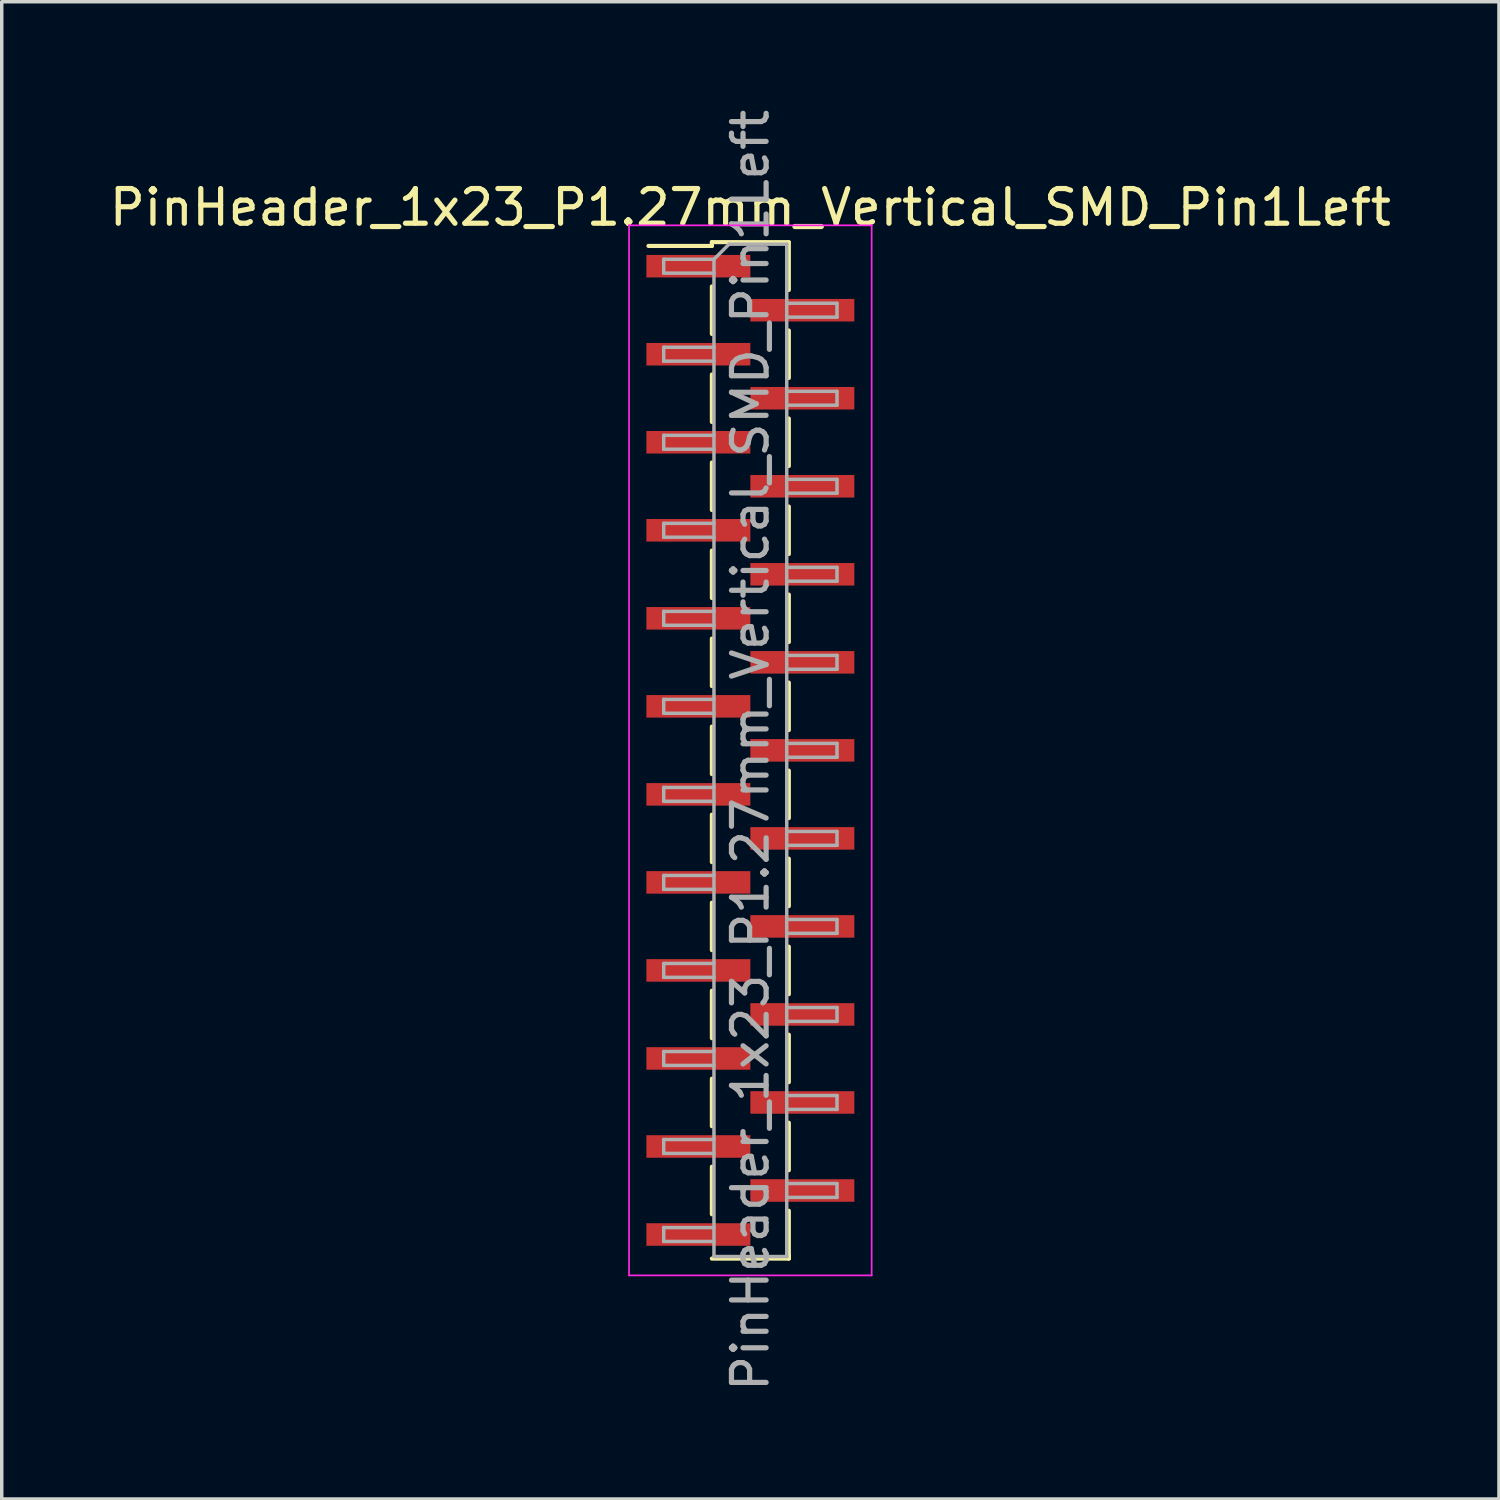
<source format=kicad_pcb>
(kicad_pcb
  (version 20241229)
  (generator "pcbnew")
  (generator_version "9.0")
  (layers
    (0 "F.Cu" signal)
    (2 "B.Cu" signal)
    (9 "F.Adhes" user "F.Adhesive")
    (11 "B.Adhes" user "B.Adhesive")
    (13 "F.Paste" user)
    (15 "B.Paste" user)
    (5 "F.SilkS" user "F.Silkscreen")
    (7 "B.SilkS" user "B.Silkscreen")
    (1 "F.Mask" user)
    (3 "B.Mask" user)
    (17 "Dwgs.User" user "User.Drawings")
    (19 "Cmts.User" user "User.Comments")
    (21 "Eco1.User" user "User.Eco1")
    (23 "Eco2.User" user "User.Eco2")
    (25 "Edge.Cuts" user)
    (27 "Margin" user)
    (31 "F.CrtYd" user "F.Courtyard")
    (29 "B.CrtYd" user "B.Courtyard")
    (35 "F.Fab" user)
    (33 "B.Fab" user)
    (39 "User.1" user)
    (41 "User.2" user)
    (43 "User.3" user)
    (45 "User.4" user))
  (footprint "PinHeader_1x23_P1.27mm_Vertical_SMD_Pin1Left"
    (layer "F.Cu")
    (at 18.601 18.601)
    (property "Reference" "PinHeader_1x23_P1.27mm_Vertical_SMD_Pin1Left" (at 0 -15.665 0) (layer "F.SilkS") (effects (font (size 1 1) (thickness 0.15))))
    (attr smd)
    (fp_line (start -1.11 -14.665) (end -1.11 -14.555) (stroke (width 0.12) (type solid)) (layer "F.SilkS"))
    (fp_line (start -1.11 -14.665) (end 1.11 -14.665) (stroke (width 0.12) (type solid)) (layer "F.SilkS"))
    (fp_line (start -1.11 -14.555) (end -2.94 -14.555) (stroke (width 0.12) (type solid)) (layer "F.SilkS"))
    (fp_line (start -1.11 -13.385) (end -1.11 -12.015) (stroke (width 0.12) (type solid)) (layer "F.SilkS"))
    (fp_line (start -1.11 -10.845) (end -1.11 -9.475) (stroke (width 0.12) (type solid)) (layer "F.SilkS"))
    (fp_line (start -1.11 -8.305) (end -1.11 -6.935) (stroke (width 0.12) (type solid)) (layer "F.SilkS"))
    (fp_line (start -1.11 -5.765) (end -1.11 -4.395) (stroke (width 0.12) (type solid)) (layer "F.SilkS"))
    (fp_line (start -1.11 -3.225) (end -1.11 -1.855) (stroke (width 0.12) (type solid)) (layer "F.SilkS"))
    (fp_line (start -1.11 -0.685) (end -1.11 0.685) (stroke (width 0.12) (type solid)) (layer "F.SilkS"))
    (fp_line (start -1.11 1.855) (end -1.11 3.225) (stroke (width 0.12) (type solid)) (layer "F.SilkS"))
    (fp_line (start -1.11 4.395) (end -1.11 5.765) (stroke (width 0.12) (type solid)) (layer "F.SilkS"))
    (fp_line (start -1.11 6.935) (end -1.11 8.305) (stroke (width 0.12) (type solid)) (layer "F.SilkS"))
    (fp_line (start -1.11 9.475) (end -1.11 10.845) (stroke (width 0.12) (type solid)) (layer "F.SilkS"))
    (fp_line (start -1.11 12.015) (end -1.11 13.385) (stroke (width 0.12) (type solid)) (layer "F.SilkS"))
    (fp_line (start -1.11 14.665) (end 1.11 14.665) (stroke (width 0.12) (type solid)) (layer "F.SilkS"))
    (fp_line (start 1.11 -14.655) (end 1.11 -13.285) (stroke (width 0.12) (type solid)) (layer "F.SilkS"))
    (fp_line (start 1.11 -12.115) (end 1.11 -10.745) (stroke (width 0.12) (type solid)) (layer "F.SilkS"))
    (fp_line (start 1.11 -9.575) (end 1.11 -8.205) (stroke (width 0.12) (type solid)) (layer "F.SilkS"))
    (fp_line (start 1.11 -7.035) (end 1.11 -5.665) (stroke (width 0.12) (type solid)) (layer "F.SilkS"))
    (fp_line (start 1.11 -4.495) (end 1.11 -3.125) (stroke (width 0.12) (type solid)) (layer "F.SilkS"))
    (fp_line (start 1.11 -1.955) (end 1.11 -0.585) (stroke (width 0.12) (type solid)) (layer "F.SilkS"))
    (fp_line (start 1.11 0.585) (end 1.11 1.955) (stroke (width 0.12) (type solid)) (layer "F.SilkS"))
    (fp_line (start 1.11 3.125) (end 1.11 4.495) (stroke (width 0.12) (type solid)) (layer "F.SilkS"))
    (fp_line (start 1.11 5.665) (end 1.11 7.035) (stroke (width 0.12) (type solid)) (layer "F.SilkS"))
    (fp_line (start 1.11 8.205) (end 1.11 9.575) (stroke (width 0.12) (type solid)) (layer "F.SilkS"))
    (fp_line (start 1.11 10.745) (end 1.11 12.115) (stroke (width 0.12) (type solid)) (layer "F.SilkS"))
    (fp_line (start 1.11 13.285) (end 1.11 14.655) (stroke (width 0.12) (type solid)) (layer "F.SilkS"))
    (fp_line (start 1.11 14.555) (end 1.11 14.665) (stroke (width 0.12) (type solid)) (layer "F.SilkS"))
    (fp_line (start -3.5 -15.15) (end -3.5 15.15) (stroke (width 0.05) (type solid)) (layer "F.CrtYd"))
    (fp_line (start -3.5 15.15) (end 3.5 15.15) (stroke (width 0.05) (type solid)) (layer "F.CrtYd"))
    (fp_line (start 3.5 -15.15) (end -3.5 -15.15) (stroke (width 0.05) (type solid)) (layer "F.CrtYd"))
    (fp_line (start 3.5 15.15) (end 3.5 -15.15) (stroke (width 0.05) (type solid)) (layer "F.CrtYd"))
    (fp_line (start -2.5 -14.17) (end -2.5 -13.77) (stroke (width 0.1) (type solid)) (layer "F.Fab"))
    (fp_line (start -2.5 -13.77) (end -1.05 -13.77) (stroke (width 0.1) (type solid)) (layer "F.Fab"))
    (fp_line (start -2.5 -11.63) (end -2.5 -11.23) (stroke (width 0.1) (type solid)) (layer "F.Fab"))
    (fp_line (start -2.5 -11.23) (end -1.05 -11.23) (stroke (width 0.1) (type solid)) (layer "F.Fab"))
    (fp_line (start -2.5 -9.09) (end -2.5 -8.69) (stroke (width 0.1) (type solid)) (layer "F.Fab"))
    (fp_line (start -2.5 -8.69) (end -1.05 -8.69) (stroke (width 0.1) (type solid)) (layer "F.Fab"))
    (fp_line (start -2.5 -6.55) (end -2.5 -6.15) (stroke (width 0.1) (type solid)) (layer "F.Fab"))
    (fp_line (start -2.5 -6.15) (end -1.05 -6.15) (stroke (width 0.1) (type solid)) (layer "F.Fab"))
    (fp_line (start -2.5 -4.01) (end -2.5 -3.61) (stroke (width 0.1) (type solid)) (layer "F.Fab"))
    (fp_line (start -2.5 -3.61) (end -1.05 -3.61) (stroke (width 0.1) (type solid)) (layer "F.Fab"))
    (fp_line (start -2.5 -1.47) (end -2.5 -1.07) (stroke (width 0.1) (type solid)) (layer "F.Fab"))
    (fp_line (start -2.5 -1.07) (end -1.05 -1.07) (stroke (width 0.1) (type solid)) (layer "F.Fab"))
    (fp_line (start -2.5 1.07) (end -2.5 1.47) (stroke (width 0.1) (type solid)) (layer "F.Fab"))
    (fp_line (start -2.5 1.47) (end -1.05 1.47) (stroke (width 0.1) (type solid)) (layer "F.Fab"))
    (fp_line (start -2.5 3.61) (end -2.5 4.01) (stroke (width 0.1) (type solid)) (layer "F.Fab"))
    (fp_line (start -2.5 4.01) (end -1.05 4.01) (stroke (width 0.1) (type solid)) (layer "F.Fab"))
    (fp_line (start -2.5 6.15) (end -2.5 6.55) (stroke (width 0.1) (type solid)) (layer "F.Fab"))
    (fp_line (start -2.5 6.55) (end -1.05 6.55) (stroke (width 0.1) (type solid)) (layer "F.Fab"))
    (fp_line (start -2.5 8.69) (end -2.5 9.09) (stroke (width 0.1) (type solid)) (layer "F.Fab"))
    (fp_line (start -2.5 9.09) (end -1.05 9.09) (stroke (width 0.1) (type solid)) (layer "F.Fab"))
    (fp_line (start -2.5 11.23) (end -2.5 11.63) (stroke (width 0.1) (type solid)) (layer "F.Fab"))
    (fp_line (start -2.5 11.63) (end -1.05 11.63) (stroke (width 0.1) (type solid)) (layer "F.Fab"))
    (fp_line (start -2.5 13.77) (end -2.5 14.17) (stroke (width 0.1) (type solid)) (layer "F.Fab"))
    (fp_line (start -2.5 14.17) (end -1.05 14.17) (stroke (width 0.1) (type solid)) (layer "F.Fab"))
    (fp_line (start -1.05 -14.17) (end -2.5 -14.17) (stroke (width 0.1) (type solid)) (layer "F.Fab"))
    (fp_line (start -1.05 -14.17) (end -0.615 -14.605) (stroke (width 0.1) (type solid)) (layer "F.Fab"))
    (fp_line (start -1.05 -11.63) (end -2.5 -11.63) (stroke (width 0.1) (type solid)) (layer "F.Fab"))
    (fp_line (start -1.05 -9.09) (end -2.5 -9.09) (stroke (width 0.1) (type solid)) (layer "F.Fab"))
    (fp_line (start -1.05 -6.55) (end -2.5 -6.55) (stroke (width 0.1) (type solid)) (layer "F.Fab"))
    (fp_line (start -1.05 -4.01) (end -2.5 -4.01) (stroke (width 0.1) (type solid)) (layer "F.Fab"))
    (fp_line (start -1.05 -1.47) (end -2.5 -1.47) (stroke (width 0.1) (type solid)) (layer "F.Fab"))
    (fp_line (start -1.05 1.07) (end -2.5 1.07) (stroke (width 0.1) (type solid)) (layer "F.Fab"))
    (fp_line (start -1.05 3.61) (end -2.5 3.61) (stroke (width 0.1) (type solid)) (layer "F.Fab"))
    (fp_line (start -1.05 6.15) (end -2.5 6.15) (stroke (width 0.1) (type solid)) (layer "F.Fab"))
    (fp_line (start -1.05 8.69) (end -2.5 8.69) (stroke (width 0.1) (type solid)) (layer "F.Fab"))
    (fp_line (start -1.05 11.23) (end -2.5 11.23) (stroke (width 0.1) (type solid)) (layer "F.Fab"))
    (fp_line (start -1.05 13.77) (end -2.5 13.77) (stroke (width 0.1) (type solid)) (layer "F.Fab"))
    (fp_line (start -1.05 14.605) (end -1.05 -14.17) (stroke (width 0.1) (type solid)) (layer "F.Fab"))
    (fp_line (start -0.615 -14.605) (end 1.05 -14.605) (stroke (width 0.1) (type solid)) (layer "F.Fab"))
    (fp_line (start 1.05 -14.605) (end 1.05 14.605) (stroke (width 0.1) (type solid)) (layer "F.Fab"))
    (fp_line (start 1.05 -12.9) (end 2.5 -12.9) (stroke (width 0.1) (type solid)) (layer "F.Fab"))
    (fp_line (start 1.05 -10.36) (end 2.5 -10.36) (stroke (width 0.1) (type solid)) (layer "F.Fab"))
    (fp_line (start 1.05 -7.82) (end 2.5 -7.82) (stroke (width 0.1) (type solid)) (layer "F.Fab"))
    (fp_line (start 1.05 -5.28) (end 2.5 -5.28) (stroke (width 0.1) (type solid)) (layer "F.Fab"))
    (fp_line (start 1.05 -2.74) (end 2.5 -2.74) (stroke (width 0.1) (type solid)) (layer "F.Fab"))
    (fp_line (start 1.05 -0.2) (end 2.5 -0.2) (stroke (width 0.1) (type solid)) (layer "F.Fab"))
    (fp_line (start 1.05 2.34) (end 2.5 2.34) (stroke (width 0.1) (type solid)) (layer "F.Fab"))
    (fp_line (start 1.05 4.88) (end 2.5 4.88) (stroke (width 0.1) (type solid)) (layer "F.Fab"))
    (fp_line (start 1.05 7.42) (end 2.5 7.42) (stroke (width 0.1) (type solid)) (layer "F.Fab"))
    (fp_line (start 1.05 9.96) (end 2.5 9.96) (stroke (width 0.1) (type solid)) (layer "F.Fab"))
    (fp_line (start 1.05 12.5) (end 2.5 12.5) (stroke (width 0.1) (type solid)) (layer "F.Fab"))
    (fp_line (start 1.05 14.605) (end -1.05 14.605) (stroke (width 0.1) (type solid)) (layer "F.Fab"))
    (fp_line (start 2.5 -12.9) (end 2.5 -12.5) (stroke (width 0.1) (type solid)) (layer "F.Fab"))
    (fp_line (start 2.5 -12.5) (end 1.05 -12.5) (stroke (width 0.1) (type solid)) (layer "F.Fab"))
    (fp_line (start 2.5 -10.36) (end 2.5 -9.96) (stroke (width 0.1) (type solid)) (layer "F.Fab"))
    (fp_line (start 2.5 -9.96) (end 1.05 -9.96) (stroke (width 0.1) (type solid)) (layer "F.Fab"))
    (fp_line (start 2.5 -7.82) (end 2.5 -7.42) (stroke (width 0.1) (type solid)) (layer "F.Fab"))
    (fp_line (start 2.5 -7.42) (end 1.05 -7.42) (stroke (width 0.1) (type solid)) (layer "F.Fab"))
    (fp_line (start 2.5 -5.28) (end 2.5 -4.88) (stroke (width 0.1) (type solid)) (layer "F.Fab"))
    (fp_line (start 2.5 -4.88) (end 1.05 -4.88) (stroke (width 0.1) (type solid)) (layer "F.Fab"))
    (fp_line (start 2.5 -2.74) (end 2.5 -2.34) (stroke (width 0.1) (type solid)) (layer "F.Fab"))
    (fp_line (start 2.5 -2.34) (end 1.05 -2.34) (stroke (width 0.1) (type solid)) (layer "F.Fab"))
    (fp_line (start 2.5 -0.2) (end 2.5 0.2) (stroke (width 0.1) (type solid)) (layer "F.Fab"))
    (fp_line (start 2.5 0.2) (end 1.05 0.2) (stroke (width 0.1) (type solid)) (layer "F.Fab"))
    (fp_line (start 2.5 2.34) (end 2.5 2.74) (stroke (width 0.1) (type solid)) (layer "F.Fab"))
    (fp_line (start 2.5 2.74) (end 1.05 2.74) (stroke (width 0.1) (type solid)) (layer "F.Fab"))
    (fp_line (start 2.5 4.88) (end 2.5 5.28) (stroke (width 0.1) (type solid)) (layer "F.Fab"))
    (fp_line (start 2.5 5.28) (end 1.05 5.28) (stroke (width 0.1) (type solid)) (layer "F.Fab"))
    (fp_line (start 2.5 7.42) (end 2.5 7.82) (stroke (width 0.1) (type solid)) (layer "F.Fab"))
    (fp_line (start 2.5 7.82) (end 1.05 7.82) (stroke (width 0.1) (type solid)) (layer "F.Fab"))
    (fp_line (start 2.5 9.96) (end 2.5 10.36) (stroke (width 0.1) (type solid)) (layer "F.Fab"))
    (fp_line (start 2.5 10.36) (end 1.05 10.36) (stroke (width 0.1) (type solid)) (layer "F.Fab"))
    (fp_line (start 2.5 12.5) (end 2.5 12.9) (stroke (width 0.1) (type solid)) (layer "F.Fab"))
    (fp_line (start 2.5 12.9) (end 1.05 12.9) (stroke (width 0.1) (type solid)) (layer "F.Fab"))
    (fp_text user "${REFERENCE}" (at 0 0 90) (layer "F.Fab") (effects (font (size 1 1) (thickness 0.15))))
    (pad "1" smd rect (at -1.5 -13.97) (size 3 0.65) (layers "F.Cu" "F.Mask" "F.Paste"))
    (pad "2" smd rect (at 1.5 -12.7) (size 3 0.65) (layers "F.Cu" "F.Mask" "F.Paste"))
    (pad "3" smd rect (at -1.5 -11.43) (size 3 0.65) (layers "F.Cu" "F.Mask" "F.Paste"))
    (pad "4" smd rect (at 1.5 -10.16) (size 3 0.65) (layers "F.Cu" "F.Mask" "F.Paste"))
    (pad "5" smd rect (at -1.5 -8.89) (size 3 0.65) (layers "F.Cu" "F.Mask" "F.Paste"))
    (pad "6" smd rect (at 1.5 -7.62) (size 3 0.65) (layers "F.Cu" "F.Mask" "F.Paste"))
    (pad "7" smd rect (at -1.5 -6.35) (size 3 0.65) (layers "F.Cu" "F.Mask" "F.Paste"))
    (pad "8" smd rect (at 1.5 -5.08) (size 3 0.65) (layers "F.Cu" "F.Mask" "F.Paste"))
    (pad "9" smd rect (at -1.5 -3.81) (size 3 0.65) (layers "F.Cu" "F.Mask" "F.Paste"))
    (pad "10" smd rect (at 1.5 -2.54) (size 3 0.65) (layers "F.Cu" "F.Mask" "F.Paste"))
    (pad "11" smd rect (at -1.5 -1.27) (size 3 0.65) (layers "F.Cu" "F.Mask" "F.Paste"))
    (pad "12" smd rect (at 1.5 0) (size 3 0.65) (layers "F.Cu" "F.Mask" "F.Paste"))
    (pad "13" smd rect (at -1.5 1.27) (size 3 0.65) (layers "F.Cu" "F.Mask" "F.Paste"))
    (pad "14" smd rect (at 1.5 2.54) (size 3 0.65) (layers "F.Cu" "F.Mask" "F.Paste"))
    (pad "15" smd rect (at -1.5 3.81) (size 3 0.65) (layers "F.Cu" "F.Mask" "F.Paste"))
    (pad "16" smd rect (at 1.5 5.08) (size 3 0.65) (layers "F.Cu" "F.Mask" "F.Paste"))
    (pad "17" smd rect (at -1.5 6.35) (size 3 0.65) (layers "F.Cu" "F.Mask" "F.Paste"))
    (pad "18" smd rect (at 1.5 7.62) (size 3 0.65) (layers "F.Cu" "F.Mask" "F.Paste"))
    (pad "19" smd rect (at -1.5 8.89) (size 3 0.65) (layers "F.Cu" "F.Mask" "F.Paste"))
    (pad "20" smd rect (at 1.5 10.16) (size 3 0.65) (layers "F.Cu" "F.Mask" "F.Paste"))
    (pad "21" smd rect (at -1.5 11.43) (size 3 0.65) (layers "F.Cu" "F.Mask" "F.Paste"))
    (pad "22" smd rect (at 1.5 12.7) (size 3 0.65) (layers "F.Cu" "F.Mask" "F.Paste"))
    (pad "23" smd rect (at -1.5 13.97) (size 3 0.65) (layers "F.Cu" "F.Mask" "F.Paste")))
  (gr_rect
    (start -3 -3)
    (end 40.202 40.202)
    (stroke (width 0.1) (type default))
    (fill no)
    (layer "Edge.Cuts")))
</source>
